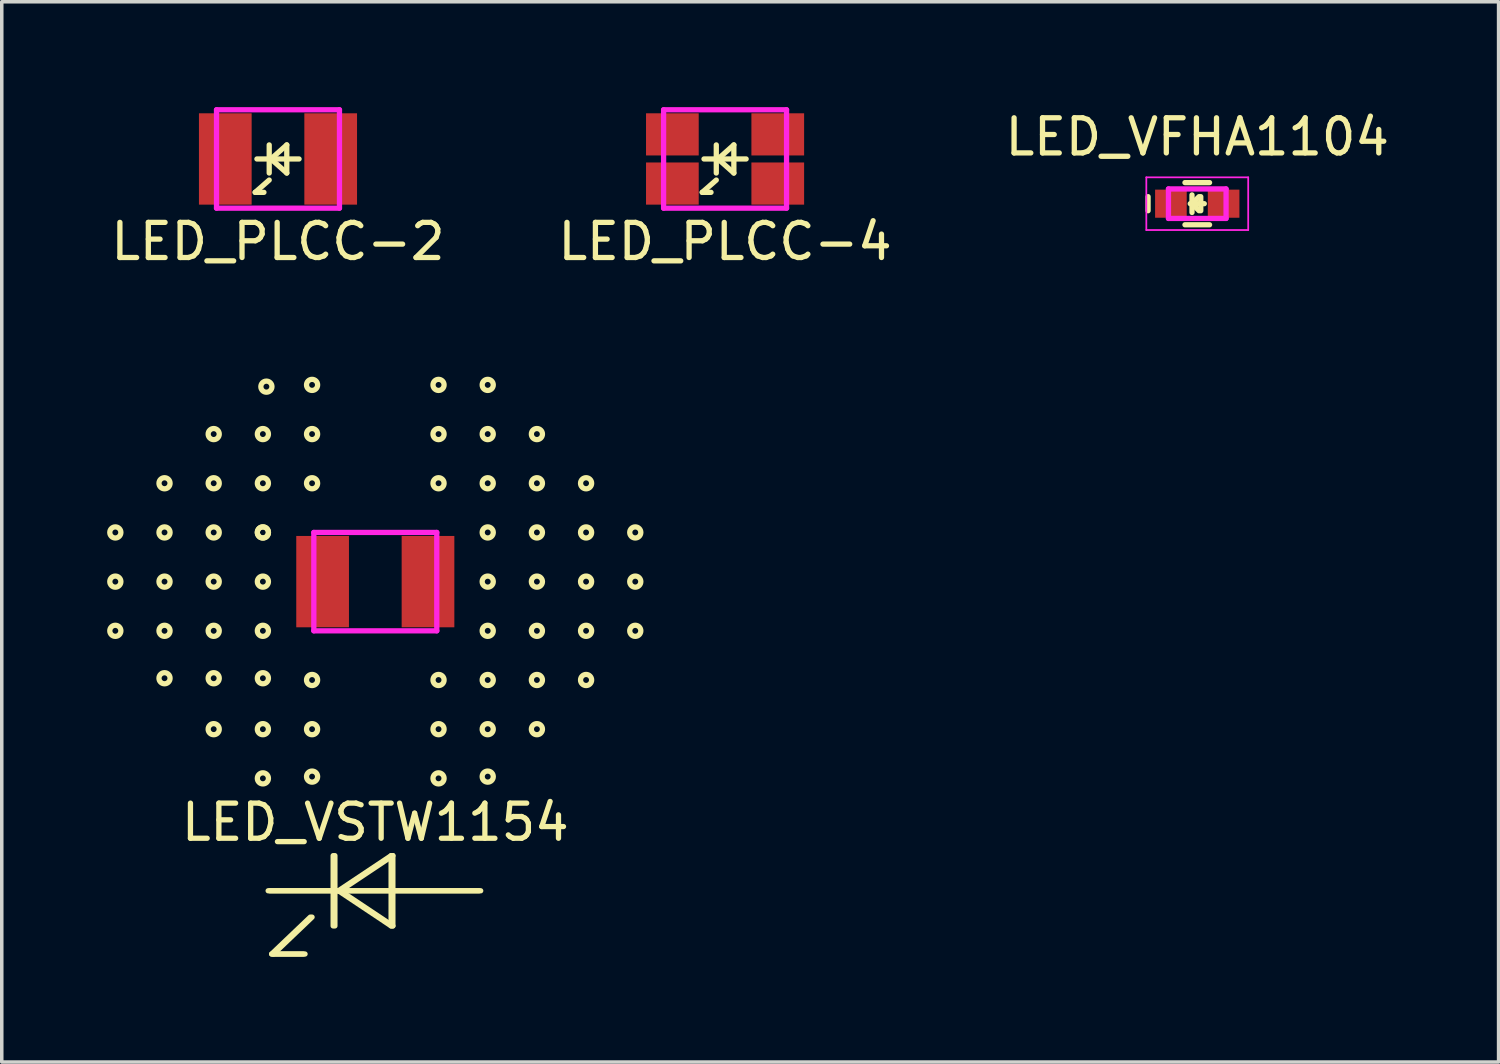
<source format=kicad_pcb>
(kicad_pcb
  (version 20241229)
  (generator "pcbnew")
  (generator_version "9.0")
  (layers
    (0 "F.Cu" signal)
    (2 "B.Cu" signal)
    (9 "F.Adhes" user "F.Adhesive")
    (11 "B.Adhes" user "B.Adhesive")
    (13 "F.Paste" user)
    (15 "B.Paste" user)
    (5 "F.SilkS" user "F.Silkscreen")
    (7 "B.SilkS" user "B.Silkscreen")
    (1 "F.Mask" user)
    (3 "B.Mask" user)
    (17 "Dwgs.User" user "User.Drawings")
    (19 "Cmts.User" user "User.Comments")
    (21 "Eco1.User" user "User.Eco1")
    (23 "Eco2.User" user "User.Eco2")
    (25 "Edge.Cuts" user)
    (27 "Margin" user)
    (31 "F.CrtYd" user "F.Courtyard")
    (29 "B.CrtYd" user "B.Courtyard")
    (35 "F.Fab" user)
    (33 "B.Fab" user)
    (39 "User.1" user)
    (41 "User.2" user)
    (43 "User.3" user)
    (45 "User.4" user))
  (footprint "LED_VSTW1154"
    (layer "F.Cu")
    (at 7.633 13.506)
    (property "Reference" "LED_VSTW1154" (at 0 6.85 0) (layer "F.SilkS") (effects (font (size 1 1) (thickness 0.15))))
    (attr through_hole)
    (fp_line (start -3.05 8.8) (end 2.95 8.8) (stroke (width 0.15) (type solid)) (layer "F.SilkS"))
    (fp_line (start -3 8.8) (end 3 8.8) (stroke (width 0.15) (type solid)) (layer "F.SilkS"))
    (fp_line (start -2.95 10.6) (end -2.05 10.6) (stroke (width 0.15) (type solid)) (layer "F.SilkS"))
    (fp_line (start -2.9 10.6) (end -2 10.6) (stroke (width 0.15) (type solid)) (layer "F.SilkS"))
    (fp_line (start -1.85 9.55) (end -2.95 10.6) (stroke (width 0.15) (type solid)) (layer "F.SilkS"))
    (fp_line (start -1.8 9.55) (end -2.9 10.6) (stroke (width 0.15) (type solid)) (layer "F.SilkS"))
    (fp_line (start -1.2 7.8) (end -1.2 9.8) (stroke (width 0.15) (type solid)) (layer "F.SilkS"))
    (fp_line (start -1.15 7.8) (end -1.15 9.8) (stroke (width 0.15) (type solid)) (layer "F.SilkS"))
    (fp_line (start -1.05 8.8) (end 0.45 7.8) (stroke (width 0.15) (type solid)) (layer "F.SilkS"))
    (fp_line (start -1 8.8) (end 0.5 7.8) (stroke (width 0.15) (type solid)) (layer "F.SilkS"))
    (fp_line (start 0.45 7.8) (end 0.45 9.8) (stroke (width 0.15) (type solid)) (layer "F.SilkS"))
    (fp_line (start 0.45 9.8) (end -1.05 8.8) (stroke (width 0.15) (type solid)) (layer "F.SilkS"))
    (fp_line (start 0.5 7.8) (end 0.5 9.8) (stroke (width 0.15) (type solid)) (layer "F.SilkS"))
    (fp_line (start 0.5 9.8) (end -1 8.8) (stroke (width 0.15) (type solid)) (layer "F.SilkS"))
    (fp_circle (center -7.4 -1.4) (end -7.55 -1.35) (stroke (width 0.15) (type solid)) (fill no) (layer "F.SilkS"))
    (fp_circle (center -7.4 0) (end -7.55 0.05) (stroke (width 0.15) (type solid)) (fill no) (layer "F.SilkS"))
    (fp_circle (center -7.4 1.4) (end -7.55 1.45) (stroke (width 0.15) (type solid)) (fill no) (layer "F.SilkS"))
    (fp_circle (center -6 -2.8) (end -6.15 -2.75) (stroke (width 0.15) (type solid)) (fill no) (layer "F.SilkS"))
    (fp_circle (center -6 -1.4) (end -6.15 -1.35) (stroke (width 0.15) (type solid)) (fill no) (layer "F.SilkS"))
    (fp_circle (center -6 0) (end -6.15 0.05) (stroke (width 0.15) (type solid)) (fill no) (layer "F.SilkS"))
    (fp_circle (center -6 1.4) (end -6.15 1.45) (stroke (width 0.15) (type solid)) (fill no) (layer "F.SilkS"))
    (fp_circle (center -6 2.75) (end -6.15 2.8) (stroke (width 0.15) (type solid)) (fill no) (layer "F.SilkS"))
    (fp_circle (center -4.6 -4.2) (end -4.75 -4.15) (stroke (width 0.15) (type solid)) (fill no) (layer "F.SilkS"))
    (fp_circle (center -4.6 -2.8) (end -4.75 -2.75) (stroke (width 0.15) (type solid)) (fill no) (layer "F.SilkS"))
    (fp_circle (center -4.6 -1.4) (end -4.75 -1.35) (stroke (width 0.15) (type solid)) (fill no) (layer "F.SilkS"))
    (fp_circle (center -4.6 0) (end -4.75 0.05) (stroke (width 0.15) (type solid)) (fill no) (layer "F.SilkS"))
    (fp_circle (center -4.6 1.4) (end -4.75 1.45) (stroke (width 0.15) (type solid)) (fill no) (layer "F.SilkS"))
    (fp_circle (center -4.6 2.75) (end -4.75 2.8) (stroke (width 0.15) (type solid)) (fill no) (layer "F.SilkS"))
    (fp_circle (center -4.6 4.2) (end -4.75 4.25) (stroke (width 0.15) (type solid)) (fill no) (layer "F.SilkS"))
    (fp_circle (center -3.2 -4.2) (end -3.35 -4.15) (stroke (width 0.15) (type solid)) (fill no) (layer "F.SilkS"))
    (fp_circle (center -3.2 -2.8) (end -3.35 -2.75) (stroke (width 0.15) (type solid)) (fill no) (layer "F.SilkS"))
    (fp_circle (center -3.2 -1.4) (end -3.35 -1.35) (stroke (width 0.15) (type solid)) (fill no) (layer "F.SilkS"))
    (fp_circle (center -3.2 -1.4) (end -3.35 -1.35) (stroke (width 0.15) (type solid)) (fill no) (layer "F.SilkS"))
    (fp_circle (center -3.2 0) (end -3.35 0.05) (stroke (width 0.15) (type solid)) (fill no) (layer "F.SilkS"))
    (fp_circle (center -3.2 1.4) (end -3.35 1.45) (stroke (width 0.15) (type solid)) (fill no) (layer "F.SilkS"))
    (fp_circle (center -3.2 2.75) (end -3.35 2.8) (stroke (width 0.15) (type solid)) (fill no) (layer "F.SilkS"))
    (fp_circle (center -3.2 4.2) (end -3.35 4.25) (stroke (width 0.15) (type solid)) (fill no) (layer "F.SilkS"))
    (fp_circle (center -3.2 5.6) (end -3.35 5.65) (stroke (width 0.15) (type solid)) (fill no) (layer "F.SilkS"))
    (fp_circle (center -3.1 -5.55) (end -3.25 -5.5) (stroke (width 0.15) (type solid)) (fill no) (layer "F.SilkS"))
    (fp_circle (center -1.8 -5.6) (end -1.95 -5.55) (stroke (width 0.15) (type solid)) (fill no) (layer "F.SilkS"))
    (fp_circle (center -1.8 -4.2) (end -1.95 -4.15) (stroke (width 0.15) (type solid)) (fill no) (layer "F.SilkS"))
    (fp_circle (center -1.8 -2.8) (end -1.95 -2.75) (stroke (width 0.15) (type solid)) (fill no) (layer "F.SilkS"))
    (fp_circle (center -1.8 2.8) (end -1.95 2.85) (stroke (width 0.15) (type solid)) (fill no) (layer "F.SilkS"))
    (fp_circle (center -1.8 4.2) (end -1.95 4.25) (stroke (width 0.15) (type solid)) (fill no) (layer "F.SilkS"))
    (fp_circle (center -1.8 5.55) (end -1.95 5.6) (stroke (width 0.15) (type solid)) (fill no) (layer "F.SilkS"))
    (fp_circle (center 1.8 -5.6) (end 1.95 -5.55) (stroke (width 0.15) (type solid)) (fill no) (layer "F.SilkS"))
    (fp_circle (center 1.8 -4.2) (end 1.95 -4.15) (stroke (width 0.15) (type solid)) (fill no) (layer "F.SilkS"))
    (fp_circle (center 1.8 -2.8) (end 1.95 -2.75) (stroke (width 0.15) (type solid)) (fill no) (layer "F.SilkS"))
    (fp_circle (center 1.8 2.8) (end 1.95 2.85) (stroke (width 0.15) (type solid)) (fill no) (layer "F.SilkS"))
    (fp_circle (center 1.8 4.2) (end 1.95 4.25) (stroke (width 0.15) (type solid)) (fill no) (layer "F.SilkS"))
    (fp_circle (center 1.8 5.6) (end 1.95 5.65) (stroke (width 0.15) (type solid)) (fill no) (layer "F.SilkS"))
    (fp_circle (center 3.2 -5.6) (end 3.35 -5.55) (stroke (width 0.15) (type solid)) (fill no) (layer "F.SilkS"))
    (fp_circle (center 3.2 -4.2) (end 3.35 -4.15) (stroke (width 0.15) (type solid)) (fill no) (layer "F.SilkS"))
    (fp_circle (center 3.2 -2.8) (end 3.35 -2.75) (stroke (width 0.15) (type solid)) (fill no) (layer "F.SilkS"))
    (fp_circle (center 3.2 -1.4) (end 3.35 -1.35) (stroke (width 0.15) (type solid)) (fill no) (layer "F.SilkS"))
    (fp_circle (center 3.2 0) (end 3.35 0.05) (stroke (width 0.15) (type solid)) (fill no) (layer "F.SilkS"))
    (fp_circle (center 3.2 1.4) (end 3.35 1.45) (stroke (width 0.15) (type solid)) (fill no) (layer "F.SilkS"))
    (fp_circle (center 3.2 2.8) (end 3.35 2.85) (stroke (width 0.15) (type solid)) (fill no) (layer "F.SilkS"))
    (fp_circle (center 3.2 4.2) (end 3.35 4.25) (stroke (width 0.15) (type solid)) (fill no) (layer "F.SilkS"))
    (fp_circle (center 3.2 5.55) (end 3.35 5.6) (stroke (width 0.15) (type solid)) (fill no) (layer "F.SilkS"))
    (fp_circle (center 4.6 -4.2) (end 4.75 -4.15) (stroke (width 0.15) (type solid)) (fill no) (layer "F.SilkS"))
    (fp_circle (center 4.6 -2.8) (end 4.75 -2.75) (stroke (width 0.15) (type solid)) (fill no) (layer "F.SilkS"))
    (fp_circle (center 4.6 -1.4) (end 4.75 -1.35) (stroke (width 0.15) (type solid)) (fill no) (layer "F.SilkS"))
    (fp_circle (center 4.6 0) (end 4.75 0.05) (stroke (width 0.15) (type solid)) (fill no) (layer "F.SilkS"))
    (fp_circle (center 4.6 1.4) (end 4.75 1.45) (stroke (width 0.15) (type solid)) (fill no) (layer "F.SilkS"))
    (fp_circle (center 4.6 2.8) (end 4.75 2.85) (stroke (width 0.15) (type solid)) (fill no) (layer "F.SilkS"))
    (fp_circle (center 4.6 4.2) (end 4.75 4.25) (stroke (width 0.15) (type solid)) (fill no) (layer "F.SilkS"))
    (fp_circle (center 6 -2.8) (end 6.15 -2.75) (stroke (width 0.15) (type solid)) (fill no) (layer "F.SilkS"))
    (fp_circle (center 6 -1.4) (end 6.15 -1.35) (stroke (width 0.15) (type solid)) (fill no) (layer "F.SilkS"))
    (fp_circle (center 6 0) (end 6.15 0.05) (stroke (width 0.15) (type solid)) (fill no) (layer "F.SilkS"))
    (fp_circle (center 6 1.4) (end 6.15 1.45) (stroke (width 0.15) (type solid)) (fill no) (layer "F.SilkS"))
    (fp_circle (center 6 2.8) (end 6.15 2.85) (stroke (width 0.15) (type solid)) (fill no) (layer "F.SilkS"))
    (fp_circle (center 7.4 -1.4) (end 7.55 -1.35) (stroke (width 0.15) (type solid)) (fill no) (layer "F.SilkS"))
    (fp_circle (center 7.4 0) (end 7.55 0.05) (stroke (width 0.15) (type solid)) (fill no) (layer "F.SilkS"))
    (fp_circle (center 7.4 1.4) (end 7.55 1.45) (stroke (width 0.15) (type solid)) (fill no) (layer "F.SilkS"))
    (fp_line (start -1.75 -1.4) (end 1.75 -1.4) (stroke (width 0.15) (type solid)) (layer "F.CrtYd"))
    (fp_line (start -1.75 1.4) (end -1.75 -1.4) (stroke (width 0.15) (type solid)) (layer "F.CrtYd"))
    (fp_line (start 1.75 -1.4) (end 1.75 1.4) (stroke (width 0.15) (type solid)) (layer "F.CrtYd"))
    (fp_line (start 1.75 1.4) (end -1.75 1.4) (stroke (width 0.15) (type solid)) (layer "F.CrtYd"))
    (pad "1" smd rect (at -1.5 0) (size 1.5 2.6) (layers "F.Cu" "F.Mask" "F.Paste"))
    (pad "2" smd rect (at 1.5 0) (size 1.5 2.6) (layers "F.Cu" "F.Mask" "F.Paste")))
  (footprint "LED_PLCC-2"
    (layer "F.Cu")
    (at 4.863 1.475)
    (property "Reference" "LED_PLCC-2" (at 0 2.35 0) (layer "F.SilkS") (effects (font (size 1 1) (thickness 0.15))))
    (attr through_hole)
    (fp_line (start -0.65 0.95) (end -0.4 0.95) (stroke (width 0.15) (type solid)) (layer "F.SilkS"))
    (fp_line (start -0.6 0) (end 0.6 0) (stroke (width 0.15) (type solid)) (layer "F.SilkS"))
    (fp_line (start -0.25 -0.4) (end -0.25 0.4) (stroke (width 0.15) (type solid)) (layer "F.SilkS"))
    (fp_line (start -0.25 0.6) (end -0.65 0.95) (stroke (width 0.15) (type solid)) (layer "F.SilkS"))
    (fp_line (start -0.2 0) (end 0.25 -0.4) (stroke (width 0.15) (type solid)) (layer "F.SilkS"))
    (fp_line (start 0.25 -0.4) (end 0.25 0.4) (stroke (width 0.15) (type solid)) (layer "F.SilkS"))
    (fp_line (start 0.25 0.4) (end -0.2 0) (stroke (width 0.15) (type solid)) (layer "F.SilkS"))
    (fp_line (start -1.75 -1.4) (end 1.75 -1.4) (stroke (width 0.15) (type solid)) (layer "F.CrtYd"))
    (fp_line (start -1.75 1.4) (end -1.75 -1.4) (stroke (width 0.15) (type solid)) (layer "F.CrtYd"))
    (fp_line (start 1.75 -1.4) (end 1.75 1.4) (stroke (width 0.15) (type solid)) (layer "F.CrtYd"))
    (fp_line (start 1.75 1.4) (end -1.75 1.4) (stroke (width 0.15) (type solid)) (layer "F.CrtYd"))
    (pad "1" smd rect (at -1.5 0) (size 1.5 2.6) (layers "F.Cu" "F.Mask" "F.Paste"))
    (pad "2" smd rect (at 1.5 0) (size 1.5 2.6) (layers "F.Cu" "F.Mask" "F.Paste")))
  (footprint "LED_VFHA1104"
    (layer "F.Cu")
    (at 31.03 2.748)
    (property "Reference" "LED_VFHA1104" (at 0 -1.9 0) (layer "F.SilkS") (effects (font (size 1 1) (thickness 0.15))))
    (attr smd)
    (fp_line (start -1.4 -0.2) (end -1.4 0.2) (stroke (width 0.15) (type solid)) (layer "F.SilkS"))
    (fp_line (start -0.35 -0.6) (end 0.35 -0.6) (stroke (width 0.15) (type solid)) (layer "F.SilkS"))
    (fp_line (start -0.2 0) (end 0.2 0) (stroke (width 0.15) (type solid)) (layer "F.SilkS"))
    (fp_line (start -0.15 -0.25) (end -0.15 0.25) (stroke (width 0.15) (type solid)) (layer "F.SilkS"))
    (fp_line (start -0.15 0) (end 0.05 -0.2) (stroke (width 0.15) (type solid)) (layer "F.SilkS"))
    (fp_line (start 0.05 0.2) (end -0.15 0) (stroke (width 0.15) (type solid)) (layer "F.SilkS"))
    (fp_line (start 0.1 -0.2) (end 0.1 0.2) (stroke (width 0.15) (type solid)) (layer "F.SilkS"))
    (fp_line (start 0.35 0.6) (end -0.35 0.6) (stroke (width 0.15) (type solid)) (layer "F.SilkS"))
    (fp_line (start -1.45 -0.75) (end -1.45 0.75) (stroke (width 0.05) (type solid)) (layer "F.CrtYd"))
    (fp_line (start -1.45 -0.75) (end 1.45 -0.75) (stroke (width 0.05) (type solid)) (layer "F.CrtYd"))
    (fp_line (start -1.45 0.75) (end 1.45 0.75) (stroke (width 0.05) (type solid)) (layer "F.CrtYd"))
    (fp_line (start -0.82 -0.42) (end 0.82 -0.42) (stroke (width 0.15) (type solid)) (layer "F.CrtYd"))
    (fp_line (start -0.82 0.42) (end -0.82 -0.42) (stroke (width 0.15) (type solid)) (layer "F.CrtYd"))
    (fp_line (start 0.82 -0.42) (end 0.82 0.42) (stroke (width 0.15) (type solid)) (layer "F.CrtYd"))
    (fp_line (start 0.82 0.42) (end -0.82 0.42) (stroke (width 0.15) (type solid)) (layer "F.CrtYd"))
    (fp_line (start 1.45 -0.75) (end 1.45 0.75) (stroke (width 0.05) (type solid)) (layer "F.CrtYd"))
    (pad "1" smd rect (at -0.75 0) (size 0.9 0.8) (layers "F.Cu" "F.Mask" "F.Paste"))
    (pad "2" smd rect (at 0.75 0) (size 0.9 0.8) (layers "F.Cu" "F.Mask" "F.Paste")))
  (footprint "LED_PLCC-4"
    (layer "F.Cu")
    (at 17.589 1.475)
    (property "Reference" "LED_PLCC-4" (at 0 2.35 0) (layer "F.SilkS") (effects (font (size 1 1) (thickness 0.15))))
    (attr through_hole)
    (fp_line (start -0.65 0.95) (end -0.4 0.95) (stroke (width 0.15) (type solid)) (layer "F.SilkS"))
    (fp_line (start -0.6 0) (end 0.6 0) (stroke (width 0.15) (type solid)) (layer "F.SilkS"))
    (fp_line (start -0.25 -0.4) (end -0.25 0.4) (stroke (width 0.15) (type solid)) (layer "F.SilkS"))
    (fp_line (start -0.25 0.6) (end -0.65 0.95) (stroke (width 0.15) (type solid)) (layer "F.SilkS"))
    (fp_line (start -0.2 0) (end 0.25 -0.4) (stroke (width 0.15) (type solid)) (layer "F.SilkS"))
    (fp_line (start 0.25 -0.4) (end 0.25 0.4) (stroke (width 0.15) (type solid)) (layer "F.SilkS"))
    (fp_line (start 0.25 0.4) (end -0.2 0) (stroke (width 0.15) (type solid)) (layer "F.SilkS"))
    (fp_line (start -1.75 -1.4) (end 1.75 -1.4) (stroke (width 0.15) (type solid)) (layer "F.CrtYd"))
    (fp_line (start -1.75 1.4) (end -1.75 -1.4) (stroke (width 0.15) (type solid)) (layer "F.CrtYd"))
    (fp_line (start 1.75 -1.4) (end 1.75 1.4) (stroke (width 0.15) (type solid)) (layer "F.CrtYd"))
    (fp_line (start 1.75 1.4) (end -1.75 1.4) (stroke (width 0.15) (type solid)) (layer "F.CrtYd"))
    (pad "1" smd rect (at -1.5 -0.7) (size 1.5 1.2) (layers "F.Cu" "F.Mask" "F.Paste"))
    (pad "2" smd rect (at -1.5 0.7) (size 1.5 1.2) (layers "F.Cu" "F.Mask" "F.Paste"))
    (pad "3" smd rect (at 1.5 -0.7) (size 1.5 1.2) (layers "F.Cu" "F.Mask" "F.Paste"))
    (pad "4" smd rect (at 1.5 0.7) (size 1.5 1.2) (layers "F.Cu" "F.Mask" "F.Paste")))
  (gr_rect
    (start -3 -3)
    (end 39.607 27.181)
    (stroke (width 0.1) (type default))
    (fill no)
    (layer "Edge.Cuts")))
</source>
